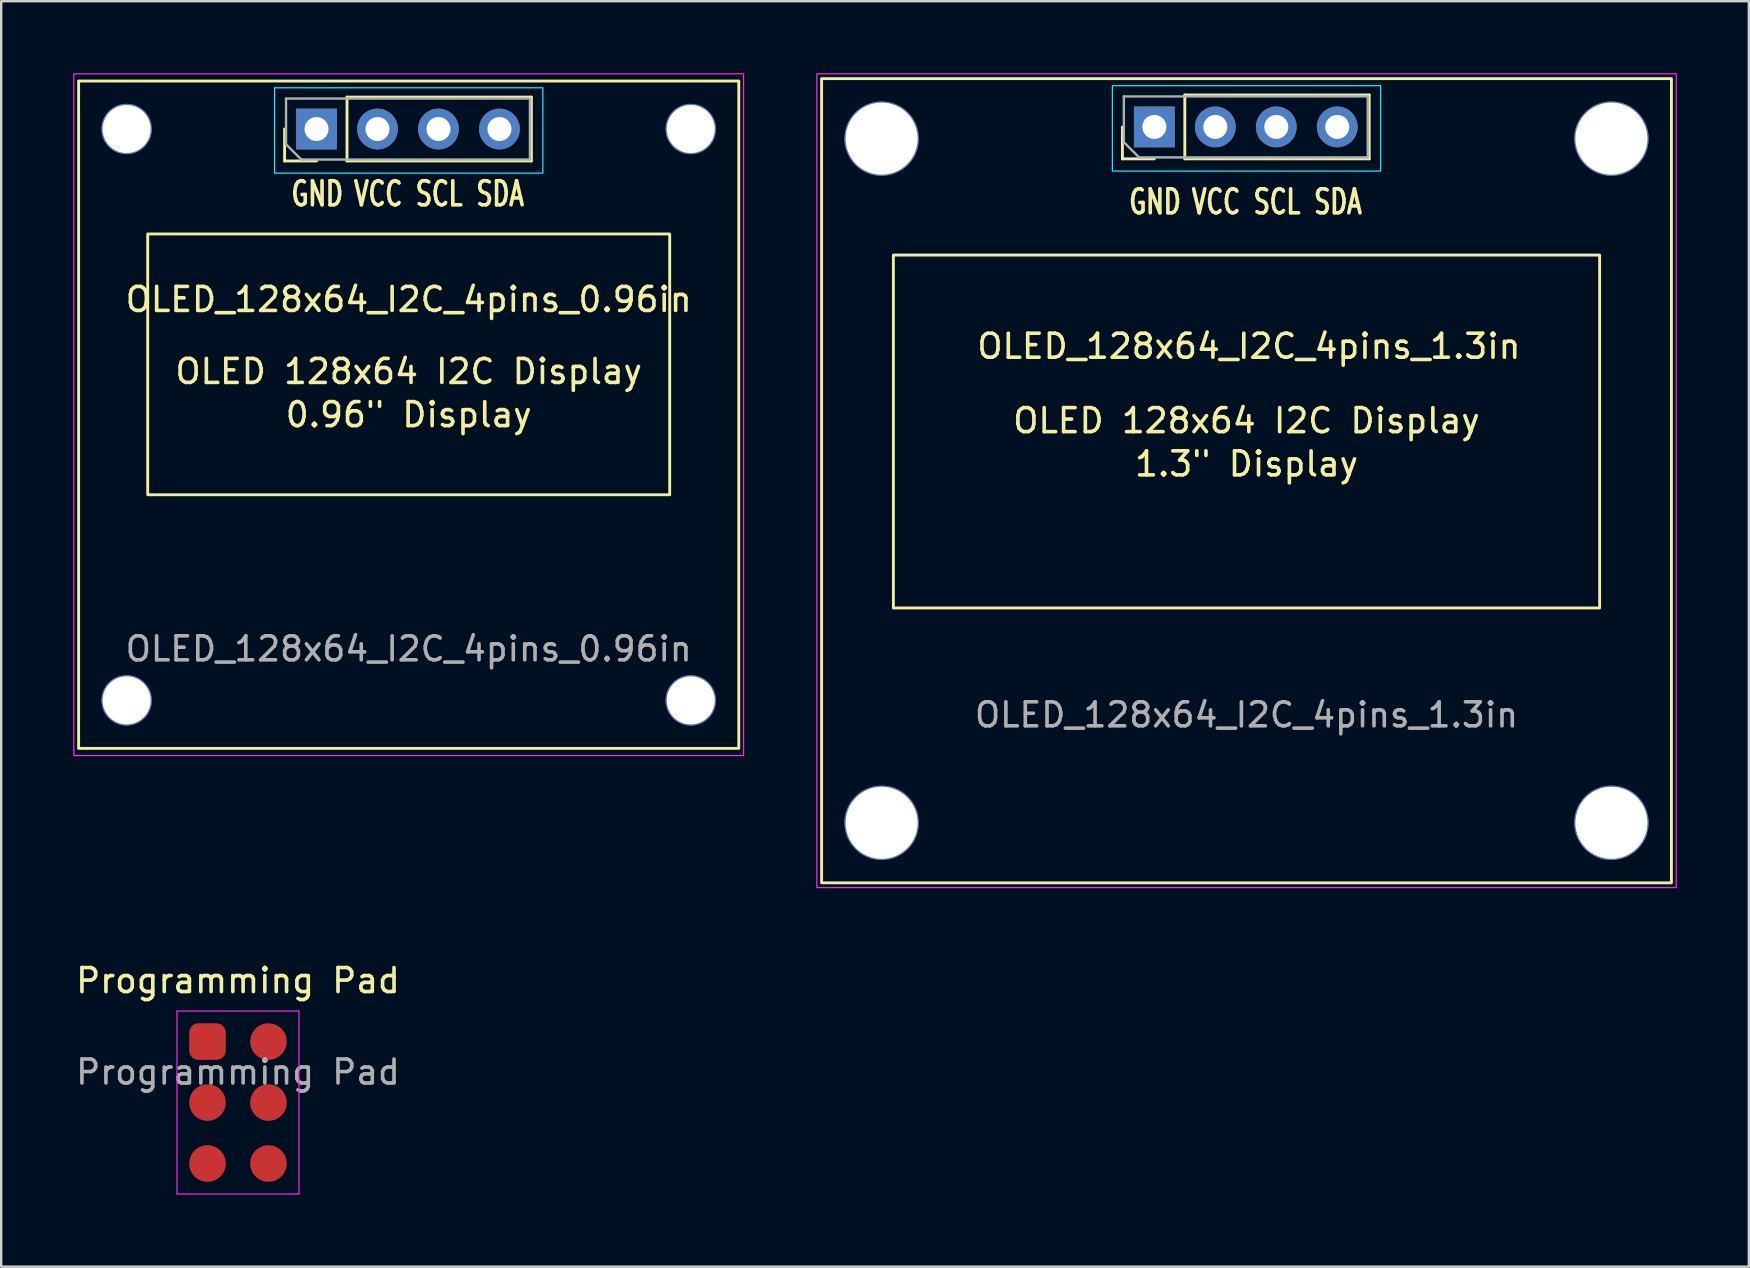
<source format=kicad_pcb>
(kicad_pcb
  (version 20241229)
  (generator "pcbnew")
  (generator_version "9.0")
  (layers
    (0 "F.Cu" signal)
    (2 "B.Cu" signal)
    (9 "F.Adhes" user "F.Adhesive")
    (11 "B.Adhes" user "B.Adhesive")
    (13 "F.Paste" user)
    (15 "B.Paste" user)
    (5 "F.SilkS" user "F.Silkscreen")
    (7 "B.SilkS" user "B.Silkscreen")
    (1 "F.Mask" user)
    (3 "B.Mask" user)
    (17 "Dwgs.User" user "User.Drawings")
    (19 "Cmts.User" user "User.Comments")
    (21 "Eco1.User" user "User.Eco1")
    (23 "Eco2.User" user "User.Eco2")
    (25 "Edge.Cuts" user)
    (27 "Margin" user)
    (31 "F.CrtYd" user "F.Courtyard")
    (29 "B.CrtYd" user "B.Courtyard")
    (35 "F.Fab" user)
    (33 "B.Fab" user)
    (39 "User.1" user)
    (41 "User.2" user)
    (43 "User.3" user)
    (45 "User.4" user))
  (footprint "OLED_128x64_I2C_4pins_1.3in"
    (layer "F.Cu")
    (at 48.875 16.975)
    (property "Reference" "OLED_128x64_I2C_4pins_1.3in" (at 0.1 -5.6 0) (unlocked yes) (layer "F.SilkS") (effects (font (size 1 1) (thickness 0.15))))
    (attr through_hole exclude_from_bom)
    (fp_line (start -5.17 -13.408) (end -5.17 -14.738) (stroke (width 0.12) (type solid)) (layer "F.SilkS"))
    (fp_line (start -3.84 -13.408) (end -5.17 -13.408) (stroke (width 0.12) (type solid)) (layer "F.SilkS"))
    (fp_line (start -2.57 -16.068) (end 5.11 -16.068) (stroke (width 0.12) (type solid)) (layer "F.SilkS"))
    (fp_line (start -2.57 -13.408) (end -2.57 -16.068) (stroke (width 0.12) (type solid)) (layer "F.SilkS"))
    (fp_line (start -2.57 -13.408) (end 5.11 -13.408) (stroke (width 0.12) (type solid)) (layer "F.SilkS"))
    (fp_line (start 5.11 -13.408) (end 5.11 -16.068) (stroke (width 0.12) (type solid)) (layer "F.SilkS"))
    (fp_rect (start -17.7 -16.75) (end 17.7 16.75) (stroke (width 0.12) (type solid)) (fill no) (layer "F.SilkS"))
    (fp_rect (start -14.71 -9.4) (end 14.71 5.3) (stroke (width 0.12) (type solid)) (fill no) (layer "F.SilkS"))
    (fp_rect (start 5.588 -16.456) (end -5.588 -12.9) (stroke (width 0.05) (type solid)) (fill no) (layer "B.CrtYd"))
    (fp_rect (start -17.9 -16.95) (end 17.9 16.95) (stroke (width 0.05) (type solid)) (fill no) (layer "F.CrtYd"))
    (fp_line (start -5.11 -16.008) (end 5.05 -16.008) (stroke (width 0.1) (type solid)) (layer "F.Fab"))
    (fp_line (start -5.11 -14.103) (end -5.11 -16.008) (stroke (width 0.1) (type solid)) (layer "F.Fab"))
    (fp_line (start -4.475 -13.468) (end -5.11 -14.103) (stroke (width 0.1) (type solid)) (layer "F.Fab"))
    (fp_line (start 5.05 -16.008) (end 5.05 -13.468) (stroke (width 0.1) (type solid)) (layer "F.Fab"))
    (fp_line (start 5.05 -13.468) (end -4.475 -13.468) (stroke (width 0.1) (type solid)) (layer "F.Fab"))
    (fp_text user "1.3\" Display" (at 0 -0.7 0) (unlocked yes) (layer "F.SilkS") (effects (font (size 1 1) (thickness 0.15))))
    (fp_text user "SCL" (at 1.27 -11.616 0) (unlocked yes) (layer "F.SilkS") (effects (font (size 1 0.7) (thickness 0.15))))
    (fp_text user "GND" (at -3.81 -11.616 0) (unlocked yes) (layer "F.SilkS") (effects (font (size 1 0.7) (thickness 0.15))))
    (fp_text user "SDA" (at 3.81 -11.616 0) (unlocked yes) (layer "F.SilkS") (effects (font (size 1 0.7) (thickness 0.15))))
    (fp_text user "VCC" (at -1.27 -11.616 0) (unlocked yes) (layer "F.SilkS") (effects (font (size 1 0.7) (thickness 0.15))))
    (fp_text user "OLED 128x64 I2C Display" (at 0 -2.5 0) (unlocked yes) (layer "F.SilkS") (effects (font (size 1 1) (thickness 0.15))))
    (fp_text user "${REFERENCE}" (at 0 9.755 0) (unlocked yes) (layer "F.Fab") (effects (font (size 1 1) (thickness 0.15))))
    (pad "" np_thru_hole circle (at -15.2 -14.25) (size 3.1 3.1) (drill 3) (layers "*.Cu" "*.Mask"))
    (pad "" np_thru_hole circle (at -15.2 14.25) (size 3.1 3.1) (drill 3) (layers "*.Cu" "*.Mask"))
    (pad "" np_thru_hole circle (at 15.2 -14.25) (size 3.1 3.1) (drill 3) (layers "*.Cu" "*.Mask"))
    (pad "" np_thru_hole circle (at 15.2 14.25) (size 3.1 3.1) (drill 3) (layers "*.Cu" "*.Mask"))
    (pad "1" thru_hole rect (at -3.84 -14.738 90) (size 1.7 1.7) (drill 1) (layers "*.Cu" "*.Mask"))
    (pad "2" thru_hole oval (at -1.3 -14.738 90) (size 1.7 1.7) (drill 1) (layers "*.Cu" "*.Mask"))
    (pad "3" thru_hole oval (at 1.24 -14.738 90) (size 1.7 1.7) (drill 1) (layers "*.Cu" "*.Mask"))
    (pad "4" thru_hole oval (at 3.78 -14.738 90) (size 1.7 1.7) (drill 1) (layers "*.Cu" "*.Mask")))
  (footprint "OLED_128x64_I2C_4pins_0.96in"
    (layer "F.Cu")
    (at 13.975 14.225)
    (property "Reference" "OLED_128x64_I2C_4pins_0.96in" (at 0 -4.8 0) (unlocked yes) (layer "F.SilkS") (effects (font (size 1 1) (thickness 0.15))))
    (attr through_hole exclude_from_bom)
    (fp_line (start -5.17 -10.57) (end -5.17 -11.9) (stroke (width 0.12) (type solid)) (layer "F.SilkS"))
    (fp_line (start -3.84 -10.57) (end -5.17 -10.57) (stroke (width 0.12) (type solid)) (layer "F.SilkS"))
    (fp_line (start -2.57 -13.23) (end 5.11 -13.23) (stroke (width 0.12) (type solid)) (layer "F.SilkS"))
    (fp_line (start -2.57 -10.57) (end -2.57 -13.23) (stroke (width 0.12) (type solid)) (layer "F.SilkS"))
    (fp_line (start -2.57 -10.57) (end 5.11 -10.57) (stroke (width 0.12) (type solid)) (layer "F.SilkS"))
    (fp_line (start 5.11 -10.57) (end 5.11 -13.23) (stroke (width 0.12) (type solid)) (layer "F.SilkS"))
    (fp_rect (start -13.75 -13.9) (end 13.75 13.9) (stroke (width 0.12) (type solid)) (fill no) (layer "F.SilkS"))
    (fp_rect (start -10.872 -7.53) (end 10.872 3.334) (stroke (width 0.12) (type solid)) (fill no) (layer "F.SilkS"))
    (fp_rect (start 5.588 -13.618) (end -5.588 -10.062) (stroke (width 0.05) (type solid)) (fill no) (layer "B.CrtYd"))
    (fp_rect (start -13.95 -14.2) (end 13.95 14.2) (stroke (width 0.05) (type solid)) (fill no) (layer "F.CrtYd"))
    (fp_line (start -5.11 -13.17) (end 5.05 -13.17) (stroke (width 0.1) (type solid)) (layer "F.Fab"))
    (fp_line (start -5.11 -11.265) (end -5.11 -13.17) (stroke (width 0.1) (type solid)) (layer "F.Fab"))
    (fp_line (start -4.475 -10.63) (end -5.11 -11.265) (stroke (width 0.1) (type solid)) (layer "F.Fab"))
    (fp_line (start 5.05 -13.17) (end 5.05 -10.63) (stroke (width 0.1) (type solid)) (layer "F.Fab"))
    (fp_line (start 5.05 -10.63) (end -4.475 -10.63) (stroke (width 0.1) (type solid)) (layer "F.Fab"))
    (fp_text user "OLED 128x64 I2C Display" (at 0 -1.8 0) (unlocked yes) (layer "F.SilkS") (effects (font (size 1 1) (thickness 0.15))))
    (fp_text user "SCL" (at 1.27 -9.2 0) (unlocked yes) (layer "F.SilkS") (effects (font (size 1 0.7) (thickness 0.15))))
    (fp_text user "VCC" (at -1.27 -9.2 0) (unlocked yes) (layer "F.SilkS") (effects (font (size 1 0.7) (thickness 0.15))))
    (fp_text user "SDA" (at 3.81 -9.2 0) (unlocked yes) (layer "F.SilkS") (effects (font (size 1 0.7) (thickness 0.15))))
    (fp_text user "GND" (at -3.81 -9.2 0) (unlocked yes) (layer "F.SilkS") (effects (font (size 1 0.7) (thickness 0.15))))
    (fp_text user "0.96\" Display" (at 0 0 0) (unlocked yes) (layer "F.SilkS") (effects (font (size 1 1) (thickness 0.15))))
    (fp_text user "${REFERENCE}" (at 0 9.755 0) (unlocked yes) (layer "F.Fab") (effects (font (size 1 1) (thickness 0.15))))
    (pad "" np_thru_hole circle (at -11.75 -11.9) (size 2.1 2.1) (drill 2) (layers "*.Cu" "*.Mask"))
    (pad "" np_thru_hole circle (at -11.75 11.9) (size 2.1 2.1) (drill 2) (layers "*.Cu" "*.Mask"))
    (pad "" np_thru_hole circle (at 11.75 -11.9) (size 2.1 2.1) (drill 2) (layers "*.Cu" "*.Mask"))
    (pad "" np_thru_hole circle (at 11.75 11.9) (size 2.1 2.1) (drill 2) (layers "*.Cu" "*.Mask"))
    (pad "1" thru_hole rect (at -3.84 -11.9 90) (size 1.7 1.7) (drill 1) (layers "*.Cu" "*.Mask"))
    (pad "2" thru_hole oval (at -1.3 -11.9 90) (size 1.7 1.7) (drill 1) (layers "*.Cu" "*.Mask"))
    (pad "3" thru_hole oval (at 1.24 -11.9 90) (size 1.7 1.7) (drill 1) (layers "*.Cu" "*.Mask"))
    (pad "4" thru_hole oval (at 3.78 -11.9 90) (size 1.7 1.7) (drill 1) (layers "*.Cu" "*.Mask")))
  (footprint "Programming Pad"
    (layer "F.Cu")
    (at 6.863 42.878)
    (property "Reference" "Programming Pad" (at 0 -5.08 0) (unlocked yes) (layer "F.SilkS") (effects (font (size 1 1) (thickness 0.15))))
    (fp_line (start -2.54 -3.81) (end 2.54 -3.81) (stroke (width 0.05) (type solid)) (layer "F.CrtYd"))
    (fp_line (start -2.54 3.81) (end -2.54 -3.81) (stroke (width 0.05) (type solid)) (layer "F.CrtYd"))
    (fp_line (start 2.54 -3.81) (end 2.54 3.81) (stroke (width 0.05) (type solid)) (layer "F.CrtYd"))
    (fp_line (start 2.54 3.81) (end -2.54 3.81) (stroke (width 0.05) (type solid)) (layer "F.CrtYd"))
    (fp_text user "${REFERENCE}" (at 0 -1.27 0) (unlocked yes) (layer "F.Fab") (effects (font (size 1 1) (thickness 0.15))))
    (pad "1" smd roundrect (at -1.27 -2.54) (size 1.524 1.524) (layers "F.Cu" "F.Mask") (roundrect_rratio 0.25))
    (pad "2" smd circle (at 1.27 -2.54) (size 1.524 1.524) (layers "F.Cu" "F.Mask"))
    (pad "3" smd circle (at -1.27 0) (size 1.524 1.524) (layers "F.Cu" "F.Mask"))
    (pad "4" smd circle (at 1.27 0) (size 1.524 1.524) (layers "F.Cu" "F.Mask"))
    (pad "5" smd circle (at -1.27 2.54) (size 1.524 1.524) (layers "F.Cu" "F.Mask"))
    (pad "6" smd circle (at 1.27 2.54) (size 1.524 1.524) (layers "F.Cu" "F.Mask")))
  (gr_rect
    (start -3 -3)
    (end 69.8 49.713)
    (stroke (width 0.1) (type default))
    (fill no)
    (layer "Edge.Cuts")))
</source>
